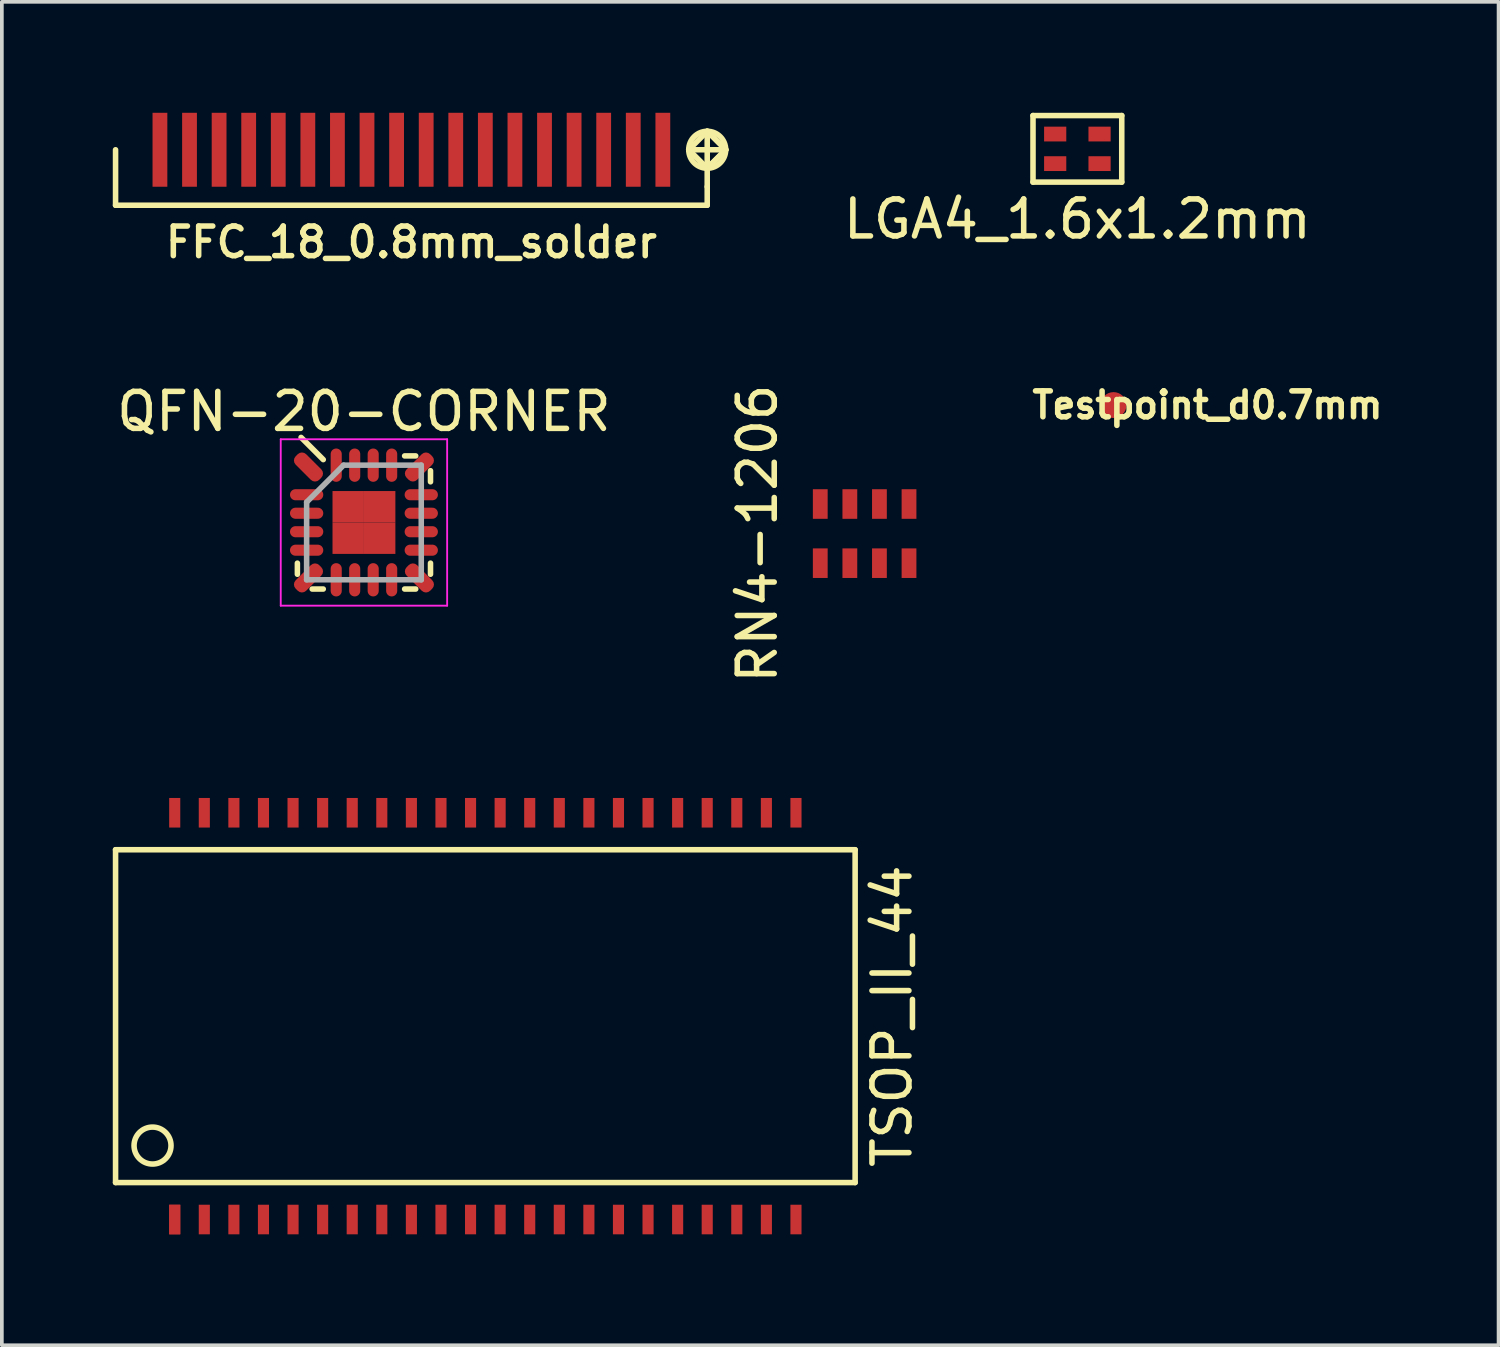
<source format=kicad_pcb>
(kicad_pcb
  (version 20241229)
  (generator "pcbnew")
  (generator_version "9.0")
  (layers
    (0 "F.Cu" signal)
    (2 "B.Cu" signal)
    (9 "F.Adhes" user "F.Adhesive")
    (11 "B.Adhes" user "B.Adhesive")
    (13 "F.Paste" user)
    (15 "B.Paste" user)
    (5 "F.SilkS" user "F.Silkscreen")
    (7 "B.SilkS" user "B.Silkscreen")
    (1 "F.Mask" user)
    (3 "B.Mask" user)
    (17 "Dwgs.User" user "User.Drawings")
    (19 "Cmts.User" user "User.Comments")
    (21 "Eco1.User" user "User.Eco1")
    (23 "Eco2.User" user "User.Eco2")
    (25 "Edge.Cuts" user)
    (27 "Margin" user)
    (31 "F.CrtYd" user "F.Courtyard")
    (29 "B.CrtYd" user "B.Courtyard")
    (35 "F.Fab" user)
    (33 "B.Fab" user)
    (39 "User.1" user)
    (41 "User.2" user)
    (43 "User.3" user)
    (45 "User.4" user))
  (footprint "RN4-1206"
    (layer "F.Cu")
    (at 20.332 11.38)
    (property "Reference" "RN4-1206" (at -2.9 0 90) (layer "F.SilkS") (effects (font (size 1 1) (thickness 0.15))))
    (attr smd)
    (pad "1" smd rect (at -1.2 0.8) (size 0.4 0.8) (layers "F.Cu" "F.Mask" "F.Paste"))
    (pad "2" smd rect (at -0.4 0.8) (size 0.4 0.8) (layers "F.Cu" "F.Mask" "F.Paste"))
    (pad "3" smd rect (at 0.4 0.8) (size 0.4 0.8) (layers "F.Cu" "F.Mask" "F.Paste"))
    (pad "4" smd rect (at 1.2 0.8) (size 0.4 0.8) (layers "F.Cu" "F.Mask" "F.Paste"))
    (pad "5" smd rect (at 1.2 -0.8) (size 0.4 0.8) (layers "F.Cu" "F.Mask" "F.Paste"))
    (pad "6" smd rect (at 0.4 -0.8) (size 0.4 0.8) (layers "F.Cu" "F.Mask" "F.Paste"))
    (pad "7" smd rect (at -0.4 -0.8) (size 0.4 0.8) (layers "F.Cu" "F.Mask" "F.Paste"))
    (pad "8" smd rect (at -1.2 -0.8) (size 0.4 0.8) (layers "F.Cu" "F.Mask" "F.Paste")))
  (footprint "LGA4_1.6x1.2mm"
    (layer "F.Cu")
    (at 26.085 0.975)
    (property "Reference" "LGA4_1.6x1.2mm" (at 0 1.9 0) (layer "F.SilkS") (effects (font (size 1 1) (thickness 0.15))))
    (attr through_hole)
    (fp_line (start -1.2 -0.9) (end 1.2 -0.9) (stroke (width 0.15) (type solid)) (layer "F.SilkS"))
    (fp_line (start -1.2 0.9) (end -1.2 -0.9) (stroke (width 0.15) (type solid)) (layer "F.SilkS"))
    (fp_line (start 1.2 -0.9) (end 1.2 0.9) (stroke (width 0.15) (type solid)) (layer "F.SilkS"))
    (fp_line (start 1.2 0.9) (end -1.2 0.9) (stroke (width 0.15) (type solid)) (layer "F.SilkS"))
    (pad "1" smd rect (at -0.6 -0.4) (size 0.6 0.4) (layers "F.Cu" "F.Mask" "F.Paste"))
    (pad "2" smd rect (at 0.6 -0.4) (size 0.6 0.4) (layers "F.Cu" "F.Mask" "F.Paste"))
    (pad "3" smd rect (at 0.6 0.4) (size 0.6 0.4) (layers "F.Cu" "F.Mask" "F.Paste"))
    (pad "4" smd rect (at -0.6 0.4) (size 0.6 0.4) (layers "F.Cu" "F.Mask" "F.Paste")))
  (footprint "QFN-20-CORNER"
    (layer "F.Cu")
    (at 6.792 11.079)
    (property "Reference" "QFN-20-CORNER" (at 0 -3 0) (layer "F.SilkS") (effects (font (size 1 1) (thickness 0.15))))
    (attr smd)
    (fp_line (start -1.8 1.4) (end -1.8 1.1) (stroke (width 0.15) (type solid)) (layer "F.SilkS"))
    (fp_line (start -1.1 -1.7) (end -1.7 -2.3) (stroke (width 0.15) (type solid)) (layer "F.SilkS"))
    (fp_line (start -1.1 1.8) (end -1.4 1.8) (stroke (width 0.15) (type solid)) (layer "F.SilkS"))
    (fp_line (start 1.1 -1.8) (end 1.4 -1.8) (stroke (width 0.15) (type solid)) (layer "F.SilkS"))
    (fp_line (start 1.1 1.8) (end 1.4 1.8) (stroke (width 0.15) (type solid)) (layer "F.SilkS"))
    (fp_line (start 1.8 -1.4) (end 1.8 -1.1) (stroke (width 0.15) (type solid)) (layer "F.SilkS"))
    (fp_line (start 1.8 1.4) (end 1.8 1.1) (stroke (width 0.15) (type solid)) (layer "F.SilkS"))
    (fp_line (start -2.25 -2.25) (end 2.25 -2.25) (stroke (width 0.05) (type solid)) (layer "F.CrtYd"))
    (fp_line (start -2.25 2.25) (end -2.25 -2.25) (stroke (width 0.05) (type solid)) (layer "F.CrtYd"))
    (fp_line (start 2.25 -2.25) (end 2.25 2.25) (stroke (width 0.05) (type solid)) (layer "F.CrtYd"))
    (fp_line (start 2.25 2.25) (end -2.25 2.25) (stroke (width 0.05) (type solid)) (layer "F.CrtYd"))
    (fp_line (start -1.55 -0.55) (end -1.55 1.55) (stroke (width 0.15) (type solid)) (layer "F.Fab"))
    (fp_line (start -1.55 1.55) (end 1.55 1.55) (stroke (width 0.15) (type solid)) (layer "F.Fab"))
    (fp_line (start -0.55 -1.55) (end -1.55 -0.55) (stroke (width 0.15) (type solid)) (layer "F.Fab"))
    (fp_line (start 1.55 -1.55) (end -0.55 -1.55) (stroke (width 0.15) (type solid)) (layer "F.Fab"))
    (fp_line (start 1.55 1.55) (end 1.55 -1.55) (stroke (width 0.15) (type solid)) (layer "F.Fab"))
    (pad "1" smd roundrect (at -1.5 -1.5 225) (size 0.4 0.9) (layers "F.Cu" "F.Mask" "F.Paste") (roundrect_rratio 0.4))
    (pad "2" smd oval (at -1.55 -0.75 90) (size 0.3 0.9) (layers "F.Cu" "F.Mask" "F.Paste"))
    (pad "3" smd oval (at -1.55 -0.25 90) (size 0.3 0.9) (layers "F.Cu" "F.Mask" "F.Paste"))
    (pad "4" smd oval (at -1.55 0.25 90) (size 0.3 0.9) (layers "F.Cu" "F.Mask" "F.Paste"))
    (pad "5" smd oval (at -1.55 0.75 90) (size 0.3 0.9) (layers "F.Cu" "F.Mask" "F.Paste"))
    (pad "6" smd roundrect (at -1.5 1.5 315) (size 0.4 0.9) (layers "F.Cu" "F.Mask" "F.Paste") (roundrect_rratio 0.4))
    (pad "7" smd oval (at -0.75 1.55) (size 0.3 0.9) (layers "F.Cu" "F.Mask" "F.Paste"))
    (pad "8" smd oval (at -0.25 1.55) (size 0.3 0.9) (layers "F.Cu" "F.Mask" "F.Paste"))
    (pad "9" smd oval (at 0.25 1.55) (size 0.3 0.9) (layers "F.Cu" "F.Mask" "F.Paste"))
    (pad "10" smd oval (at 0.75 1.55) (size 0.3 0.9) (layers "F.Cu" "F.Mask" "F.Paste"))
    (pad "11" smd roundrect (at 1.5 1.5 225) (size 0.4 0.9) (layers "F.Cu" "F.Mask" "F.Paste") (roundrect_rratio 0.4))
    (pad "12" smd oval (at 1.55 0.75 90) (size 0.3 0.9) (layers "F.Cu" "F.Mask" "F.Paste"))
    (pad "13" smd oval (at 1.55 0.25 90) (size 0.3 0.9) (layers "F.Cu" "F.Mask" "F.Paste"))
    (pad "14" smd oval (at 1.55 -0.25 90) (size 0.3 0.9) (layers "F.Cu" "F.Mask" "F.Paste"))
    (pad "15" smd oval (at 1.55 -0.75 90) (size 0.3 0.9) (layers "F.Cu" "F.Mask" "F.Paste"))
    (pad "16" smd roundrect (at 1.5 -1.5 315) (size 0.4 0.9) (layers "F.Cu" "F.Mask" "F.Paste") (roundrect_rratio 0.4))
    (pad "17" smd oval (at 0.75 -1.55) (size 0.3 0.9) (layers "F.Cu" "F.Mask" "F.Paste"))
    (pad "18" smd oval (at 0.25 -1.55) (size 0.3 0.9) (layers "F.Cu" "F.Mask" "F.Paste"))
    (pad "19" smd oval (at -0.25 -1.55) (size 0.3 0.9) (layers "F.Cu" "F.Mask" "F.Paste"))
    (pad "20" smd oval (at -0.75 -1.55) (size 0.3 0.9) (layers "F.Cu" "F.Mask" "F.Paste"))
    (pad "21" smd rect (at -0.425 -0.425) (size 0.85 0.85) (layers "F.Cu" "F.Mask" "F.Paste"))
    (pad "21" smd rect (at -0.425 0.425) (size 0.85 0.85) (layers "F.Cu" "F.Mask" "F.Paste"))
    (pad "21" smd rect (at 0.425 -0.425) (size 0.85 0.85) (layers "F.Cu" "F.Mask" "F.Paste"))
    (pad "21" smd rect (at 0.425 0.425) (size 0.85 0.85) (layers "F.Cu" "F.Mask" "F.Paste")))
  (footprint "Testpoint_d0.7mm"
    (layer "F.Cu")
    (at 27.063 7.904)
    (property "Reference" "Testpoint_d0.7mm" (at 2.54 0 0) (layer "F.SilkS") (effects (font (size 0.7 0.7) (thickness 0.15))))
    (attr through_hole)
    (pad "1" smd circle (at 0 0) (size 0.7 0.7) (layers "F.Cu" "F.Mask" "F.Paste")))
  (footprint "FFC_18_0.8mm_solder"
    (layer "F.Cu")
    (at 8.075 1)
    (property "Reference" "FFC_18_0.8mm_solder" (at 0 2.5 0) (layer "F.SilkS") (effects (font (size 0.8 0.8) (thickness 0.15))))
    (attr through_hole)
    (fp_line (start -8 1.5) (end -8 0) (stroke (width 0.15) (type solid)) (layer "F.SilkS"))
    (fp_line (start -8 1.5) (end 8 1.5) (stroke (width 0.15) (type solid)) (layer "F.SilkS"))
    (fp_line (start 7.5 0) (end 8 -0.5) (stroke (width 0.15) (type solid)) (layer "F.SilkS"))
    (fp_line (start 7.5 0) (end 8.5 0) (stroke (width 0.15) (type solid)) (layer "F.SilkS"))
    (fp_line (start 8 -0.5) (end 8.5 0) (stroke (width 0.15) (type solid)) (layer "F.SilkS"))
    (fp_line (start 8 0) (end 8 -0.5) (stroke (width 0.15) (type solid)) (layer "F.SilkS"))
    (fp_line (start 8 0.5) (end 7.5 0) (stroke (width 0.15) (type solid)) (layer "F.SilkS"))
    (fp_line (start 8 0.5) (end 8.5 0) (stroke (width 0.15) (type solid)) (layer "F.SilkS"))
    (fp_line (start 8 1) (end 8 0) (stroke (width 0.15) (type solid)) (layer "F.SilkS"))
    (fp_line (start 8 1.5) (end 8 1) (stroke (width 0.15) (type solid)) (layer "F.SilkS"))
    (fp_line (start 8.5 0) (end 8 0.5) (stroke (width 0.15) (type solid)) (layer "F.SilkS"))
    (fp_circle (center 8 0) (end 8 -0.5) (stroke (width 0.15) (type solid)) (fill no) (layer "F.SilkS"))
    (pad "1" smd rect (at 6.8 0 180) (size 0.4 2) (layers "F.Cu" "F.Mask" "F.Paste"))
    (pad "2" smd rect (at 6 0 180) (size 0.4 2) (layers "F.Cu" "F.Mask" "F.Paste"))
    (pad "3" smd rect (at 5.2 0 180) (size 0.4 2) (layers "F.Cu" "F.Mask" "F.Paste"))
    (pad "4" smd rect (at 4.4 0 180) (size 0.4 2) (layers "F.Cu" "F.Mask" "F.Paste"))
    (pad "5" smd rect (at 3.6 0 180) (size 0.4 2) (layers "F.Cu" "F.Mask" "F.Paste"))
    (pad "6" smd rect (at 2.8 0 180) (size 0.4 2) (layers "F.Cu" "F.Mask" "F.Paste"))
    (pad "7" smd rect (at 2 0 180) (size 0.4 2) (layers "F.Cu" "F.Mask" "F.Paste"))
    (pad "8" smd rect (at 1.2 0 180) (size 0.4 2) (layers "F.Cu" "F.Mask" "F.Paste"))
    (pad "9" smd rect (at 0.4 0 180) (size 0.4 2) (layers "F.Cu" "F.Mask" "F.Paste"))
    (pad "10" smd rect (at -0.4 0 180) (size 0.4 2) (layers "F.Cu" "F.Mask" "F.Paste"))
    (pad "11" smd rect (at -1.2 0 180) (size 0.4 2) (layers "F.Cu" "F.Mask" "F.Paste"))
    (pad "12" smd rect (at -2 0 180) (size 0.4 2) (layers "F.Cu" "F.Mask" "F.Paste"))
    (pad "13" smd rect (at -2.8 0 180) (size 0.4 2) (layers "F.Cu" "F.Mask" "F.Paste"))
    (pad "14" smd rect (at -3.6 0 180) (size 0.4 2) (layers "F.Cu" "F.Mask" "F.Paste"))
    (pad "15" smd rect (at -4.4 0 180) (size 0.4 2) (layers "F.Cu" "F.Mask" "F.Paste"))
    (pad "16" smd rect (at -5.2 0 180) (size 0.4 2) (layers "F.Cu" "F.Mask" "F.Paste"))
    (pad "17" smd rect (at -6 0 180) (size 0.4 2) (layers "F.Cu" "F.Mask" "F.Paste"))
    (pad "18" smd rect (at -6.8 0 180) (size 0.4 2) (layers "F.Cu" "F.Mask" "F.Paste")))
  (footprint "TSOP_II_44"
    (layer "F.Cu")
    (at 10.075 24.429)
    (property "Reference" "TSOP_II_44" (at 11 0 90) (layer "F.SilkS") (effects (font (size 1 1) (thickness 0.15))))
    (attr through_hole)
    (fp_line (start -10 -4.5) (end 10 -4.5) (stroke (width 0.15) (type solid)) (layer "F.SilkS"))
    (fp_line (start -10 4.5) (end -10 -4.5) (stroke (width 0.15) (type solid)) (layer "F.SilkS"))
    (fp_line (start 10 -4.5) (end 10 4.5) (stroke (width 0.15) (type solid)) (layer "F.SilkS"))
    (fp_line (start 10 4.5) (end -10 4.5) (stroke (width 0.15) (type solid)) (layer "F.SilkS"))
    (fp_circle (center -9 3.5) (end -8.5 3.5) (stroke (width 0.15) (type solid)) (fill no) (layer "F.SilkS"))
    (pad "1" smd rect (at -8.4 5.5) (size 0.3 0.8) (layers "F.Cu" "F.Mask" "F.Paste"))
    (pad "1" smd rect (at -8.4 5.5) (size 0.3 0.8) (layers "F.Cu" "F.Mask" "F.Paste"))
    (pad "2" smd rect (at -7.6 5.5) (size 0.3 0.8) (layers "F.Cu" "F.Mask" "F.Paste"))
    (pad "3" smd rect (at -6.8 5.5) (size 0.3 0.8) (layers "F.Cu" "F.Mask" "F.Paste"))
    (pad "4" smd rect (at -6 5.5) (size 0.3 0.8) (layers "F.Cu" "F.Mask" "F.Paste"))
    (pad "5" smd rect (at -5.2 5.5) (size 0.3 0.8) (layers "F.Cu" "F.Mask" "F.Paste"))
    (pad "6" smd rect (at -4.4 5.5) (size 0.3 0.8) (layers "F.Cu" "F.Mask" "F.Paste"))
    (pad "7" smd rect (at -3.6 5.5) (size 0.3 0.8) (layers "F.Cu" "F.Mask" "F.Paste"))
    (pad "8" smd rect (at -2.8 5.5) (size 0.3 0.8) (layers "F.Cu" "F.Mask" "F.Paste"))
    (pad "9" smd rect (at -2 5.5) (size 0.3 0.8) (layers "F.Cu" "F.Mask" "F.Paste"))
    (pad "10" smd rect (at -1.2 5.5) (size 0.3 0.8) (layers "F.Cu" "F.Mask" "F.Paste"))
    (pad "11" smd rect (at -0.4 5.5) (size 0.3 0.8) (layers "F.Cu" "F.Mask" "F.Paste"))
    (pad "12" smd rect (at 0.4 5.5) (size 0.3 0.8) (layers "F.Cu" "F.Mask" "F.Paste"))
    (pad "13" smd rect (at 1.2 5.5) (size 0.3 0.8) (layers "F.Cu" "F.Mask" "F.Paste"))
    (pad "14" smd rect (at 2 5.5) (size 0.3 0.8) (layers "F.Cu" "F.Mask" "F.Paste"))
    (pad "15" smd rect (at 2.8 5.5) (size 0.3 0.8) (layers "F.Cu" "F.Mask" "F.Paste"))
    (pad "16" smd rect (at 3.6 5.5) (size 0.3 0.8) (layers "F.Cu" "F.Mask" "F.Paste"))
    (pad "17" smd rect (at 4.4 5.5) (size 0.3 0.8) (layers "F.Cu" "F.Mask" "F.Paste"))
    (pad "18" smd rect (at 5.2 5.5) (size 0.3 0.8) (layers "F.Cu" "F.Mask" "F.Paste"))
    (pad "19" smd rect (at 6 5.5) (size 0.3 0.8) (layers "F.Cu" "F.Mask" "F.Paste"))
    (pad "20" smd rect (at 6.8 5.5) (size 0.3 0.8) (layers "F.Cu" "F.Mask" "F.Paste"))
    (pad "21" smd rect (at 7.6 5.5) (size 0.3 0.8) (layers "F.Cu" "F.Mask" "F.Paste"))
    (pad "22" smd rect (at 8.4 5.5) (size 0.3 0.8) (layers "F.Cu" "F.Mask" "F.Paste"))
    (pad "23" smd rect (at 8.4 -5.5) (size 0.3 0.8) (layers "F.Cu" "F.Mask" "F.Paste"))
    (pad "24" smd rect (at 7.6 -5.5) (size 0.3 0.8) (layers "F.Cu" "F.Mask" "F.Paste"))
    (pad "25" smd rect (at 6.8 -5.5) (size 0.3 0.8) (layers "F.Cu" "F.Mask" "F.Paste"))
    (pad "26" smd rect (at 6 -5.5) (size 0.3 0.8) (layers "F.Cu" "F.Mask" "F.Paste"))
    (pad "27" smd rect (at 5.2 -5.5) (size 0.3 0.8) (layers "F.Cu" "F.Mask" "F.Paste"))
    (pad "28" smd rect (at 4.4 -5.5) (size 0.3 0.8) (layers "F.Cu" "F.Mask" "F.Paste"))
    (pad "29" smd rect (at 3.6 -5.5) (size 0.3 0.8) (layers "F.Cu" "F.Mask" "F.Paste"))
    (pad "30" smd rect (at 2.8 -5.5) (size 0.3 0.8) (layers "F.Cu" "F.Mask" "F.Paste"))
    (pad "31" smd rect (at 2 -5.5) (size 0.3 0.8) (layers "F.Cu" "F.Mask" "F.Paste"))
    (pad "32" smd rect (at 1.2 -5.5) (size 0.3 0.8) (layers "F.Cu" "F.Mask" "F.Paste"))
    (pad "33" smd rect (at 0.4 -5.5) (size 0.3 0.8) (layers "F.Cu" "F.Mask" "F.Paste"))
    (pad "34" smd rect (at -0.4 -5.5) (size 0.3 0.8) (layers "F.Cu" "F.Mask" "F.Paste"))
    (pad "35" smd rect (at -1.2 -5.5) (size 0.3 0.8) (layers "F.Cu" "F.Mask" "F.Paste"))
    (pad "36" smd rect (at -2 -5.5) (size 0.3 0.8) (layers "F.Cu" "F.Mask" "F.Paste"))
    (pad "37" smd rect (at -2.8 -5.5) (size 0.3 0.8) (layers "F.Cu" "F.Mask" "F.Paste"))
    (pad "38" smd rect (at -3.6 -5.5) (size 0.3 0.8) (layers "F.Cu" "F.Mask" "F.Paste"))
    (pad "39" smd rect (at -4.4 -5.5) (size 0.3 0.8) (layers "F.Cu" "F.Mask" "F.Paste"))
    (pad "40" smd rect (at -5.2 -5.5) (size 0.3 0.8) (layers "F.Cu" "F.Mask" "F.Paste"))
    (pad "41" smd rect (at -6 -5.5) (size 0.3 0.8) (layers "F.Cu" "F.Mask" "F.Paste"))
    (pad "42" smd rect (at -6.8 -5.5) (size 0.3 0.8) (layers "F.Cu" "F.Mask" "F.Paste"))
    (pad "43" smd rect (at -7.6 -5.5) (size 0.3 0.8) (layers "F.Cu" "F.Mask" "F.Paste"))
    (pad "44" smd rect (at -8.4 -5.5) (size 0.3 0.8) (layers "F.Cu" "F.Mask" "F.Paste")))
  (gr_rect
    (start -3 -3)
    (end 37.475 33.329)
    (stroke (width 0.1) (type default))
    (fill no)
    (layer "Edge.Cuts")))
</source>
